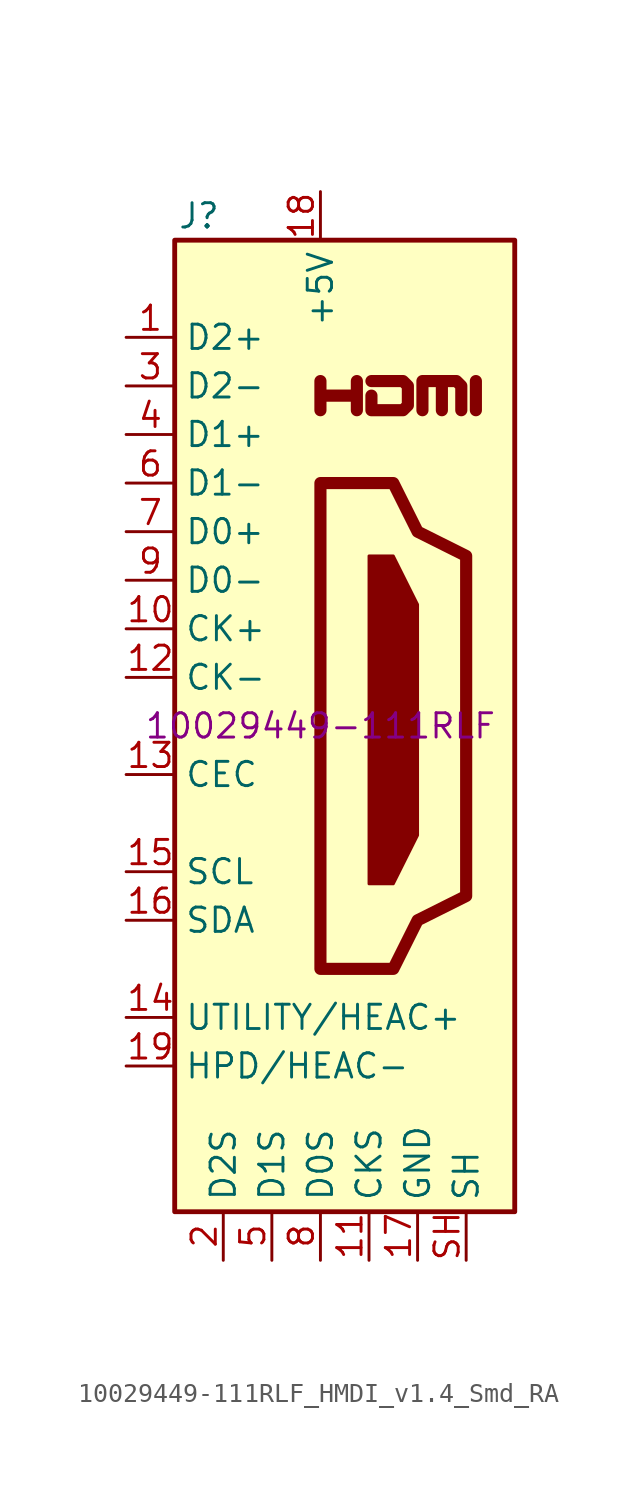
<source format=kicad_sym>
(kicad_symbol_lib
  (version 20211014)
  (generator kicad_symbol_editor)
  (symbol "10029449-111RLF_HMDI_v1.4_Smd_RA"
    (property "Reference" "J"
      (at -6.35 26.67 0)
      (effects (font (size 1.27 1.27))))
    (property "Manufacturer PArt Number" "10029449-111RLF"
      (at 0 0 0)
      (effects (font (size 1.27 1.27))))
    (symbol "10029449-111RLF_HMDI_v1.4_Smd_RA_0_0"
      (polyline (pts (xy 8.128 16.51) (xy 8.128 18.034)) (stroke (width 0.635) (type default) (color 0 0 0 0)) (fill (type none)))
      (polyline (pts (xy 0 16.51) (xy 0 18.034) (xy 0 17.272) (xy 1.905 17.272) (xy 1.905 18.034) (xy 1.905 16.51)) (stroke (width 0.635) (type default) (color 0 0 0 0)) (fill (type none)))
      (polyline (pts (xy 2.667 18.034) (xy 4.318 18.034) (xy 4.572 17.78) (xy 4.572 16.764) (xy 4.318 16.51) (xy 2.667 16.51) (xy 2.667 17.272)) (stroke (width 0.635) (type default) (color 0 0 0 0)) (fill (type none))))
    (symbol "10029449-111RLF_HMDI_v1.4_Smd_RA_0_1"
      (rectangle (start -7.62 25.4) (end 10.16 -25.4) (stroke (width 0.254) (type default) (color 0 0 0 0)) (fill (type background)))
      (polyline (pts (xy 2.54 8.89) (xy 3.81 8.89) (xy 5.08 6.35) (xy 5.08 -5.715) (xy 3.81 -8.255) (xy 2.54 -8.255) (xy 2.54 8.89)) (stroke (width 0) (type default) (color 0 0 0 0)) (fill (type outline)))
      (polyline (pts (xy 5.334 16.51) (xy 5.334 18.034) (xy 6.35 18.034) (xy 6.35 16.51) (xy 6.35 18.034) (xy 7.112 18.034) (xy 7.366 17.78) (xy 7.366 16.51)) (stroke (width 0.635) (type default) (color 0 0 0 0)) (fill (type none)))
      (polyline (pts (xy 0 12.7) (xy 0 -12.7) (xy 3.81 -12.7) (xy 5.08 -10.16) (xy 7.62 -8.89) (xy 7.62 8.89) (xy 5.08 10.16) (xy 3.81 12.7) (xy 0 12.7)) (stroke (width 0.635) (type default) (color 0 0 0 0)) (fill (type none))))
    (symbol "10029449-111RLF_HMDI_v1.4_Smd_RA_1_1"
      (pin passive line (at -10.16 20.32 0) (length 2.54) (name "D2+" (effects (font (size 1.27 1.27)))) (number "1" (effects (font (size 1.27 1.27)))))
      (pin passive line (at -10.16 5.08 0) (length 2.54) (name "CK+" (effects (font (size 1.27 1.27)))) (number "10" (effects (font (size 1.27 1.27)))))
      (pin power_in line (at 2.54 -27.94 90) (length 2.54) (name "CKS" (effects (font (size 1.27 1.27)))) (number "11" (effects (font (size 1.27 1.27)))))
      (pin passive line (at -10.16 2.54 0) (length 2.54) (name "CK-" (effects (font (size 1.27 1.27)))) (number "12" (effects (font (size 1.27 1.27)))))
      (pin bidirectional line (at -10.16 -2.54 0) (length 2.54) (name "CEC" (effects (font (size 1.27 1.27)))) (number "13" (effects (font (size 1.27 1.27)))))
      (pin passive line (at -10.16 -15.24 0) (length 2.54) (name "UTILITY/HEAC+" (effects (font (size 1.27 1.27)))) (number "14" (effects (font (size 1.27 1.27)))))
      (pin passive line (at -10.16 -7.62 0) (length 2.54) (name "SCL" (effects (font (size 1.27 1.27)))) (number "15" (effects (font (size 1.27 1.27)))))
      (pin bidirectional line (at -10.16 -10.16 0) (length 2.54) (name "SDA" (effects (font (size 1.27 1.27)))) (number "16" (effects (font (size 1.27 1.27)))))
      (pin power_in line (at 5.08 -27.94 90) (length 2.54) (name "GND" (effects (font (size 1.27 1.27)))) (number "17" (effects (font (size 1.27 1.27)))))
      (pin power_in line (at 0 27.94 270) (length 2.54) (name "+5V" (effects (font (size 1.27 1.27)))) (number "18" (effects (font (size 1.27 1.27)))))
      (pin passive line (at -10.16 -17.78 0) (length 2.54) (name "HPD/HEAC-" (effects (font (size 1.27 1.27)))) (number "19" (effects (font (size 1.27 1.27)))))
      (pin power_in line (at -5.08 -27.94 90) (length 2.54) (name "D2S" (effects (font (size 1.27 1.27)))) (number "2" (effects (font (size 1.27 1.27)))))
      (pin passive line (at -10.16 17.78 0) (length 2.54) (name "D2-" (effects (font (size 1.27 1.27)))) (number "3" (effects (font (size 1.27 1.27)))))
      (pin passive line (at -10.16 15.24 0) (length 2.54) (name "D1+" (effects (font (size 1.27 1.27)))) (number "4" (effects (font (size 1.27 1.27)))))
      (pin power_in line (at -2.54 -27.94 90) (length 2.54) (name "D1S" (effects (font (size 1.27 1.27)))) (number "5" (effects (font (size 1.27 1.27)))))
      (pin passive line (at -10.16 12.7 0) (length 2.54) (name "D1-" (effects (font (size 1.27 1.27)))) (number "6" (effects (font (size 1.27 1.27)))))
      (pin passive line (at -10.16 10.16 0) (length 2.54) (name "D0+" (effects (font (size 1.27 1.27)))) (number "7" (effects (font (size 1.27 1.27)))))
      (pin power_in line (at 0 -27.94 90) (length 2.54) (name "D0S" (effects (font (size 1.27 1.27)))) (number "8" (effects (font (size 1.27 1.27)))))
      (pin passive line (at -10.16 7.62 0) (length 2.54) (name "D0-" (effects (font (size 1.27 1.27)))) (number "9" (effects (font (size 1.27 1.27)))))
      (pin passive line (at 7.62 -27.94 90) (length 2.54) (name "SH" (effects (font (size 1.27 1.27)))) (number "SH" (effects (font (size 1.27 1.27))))))))
</source>
